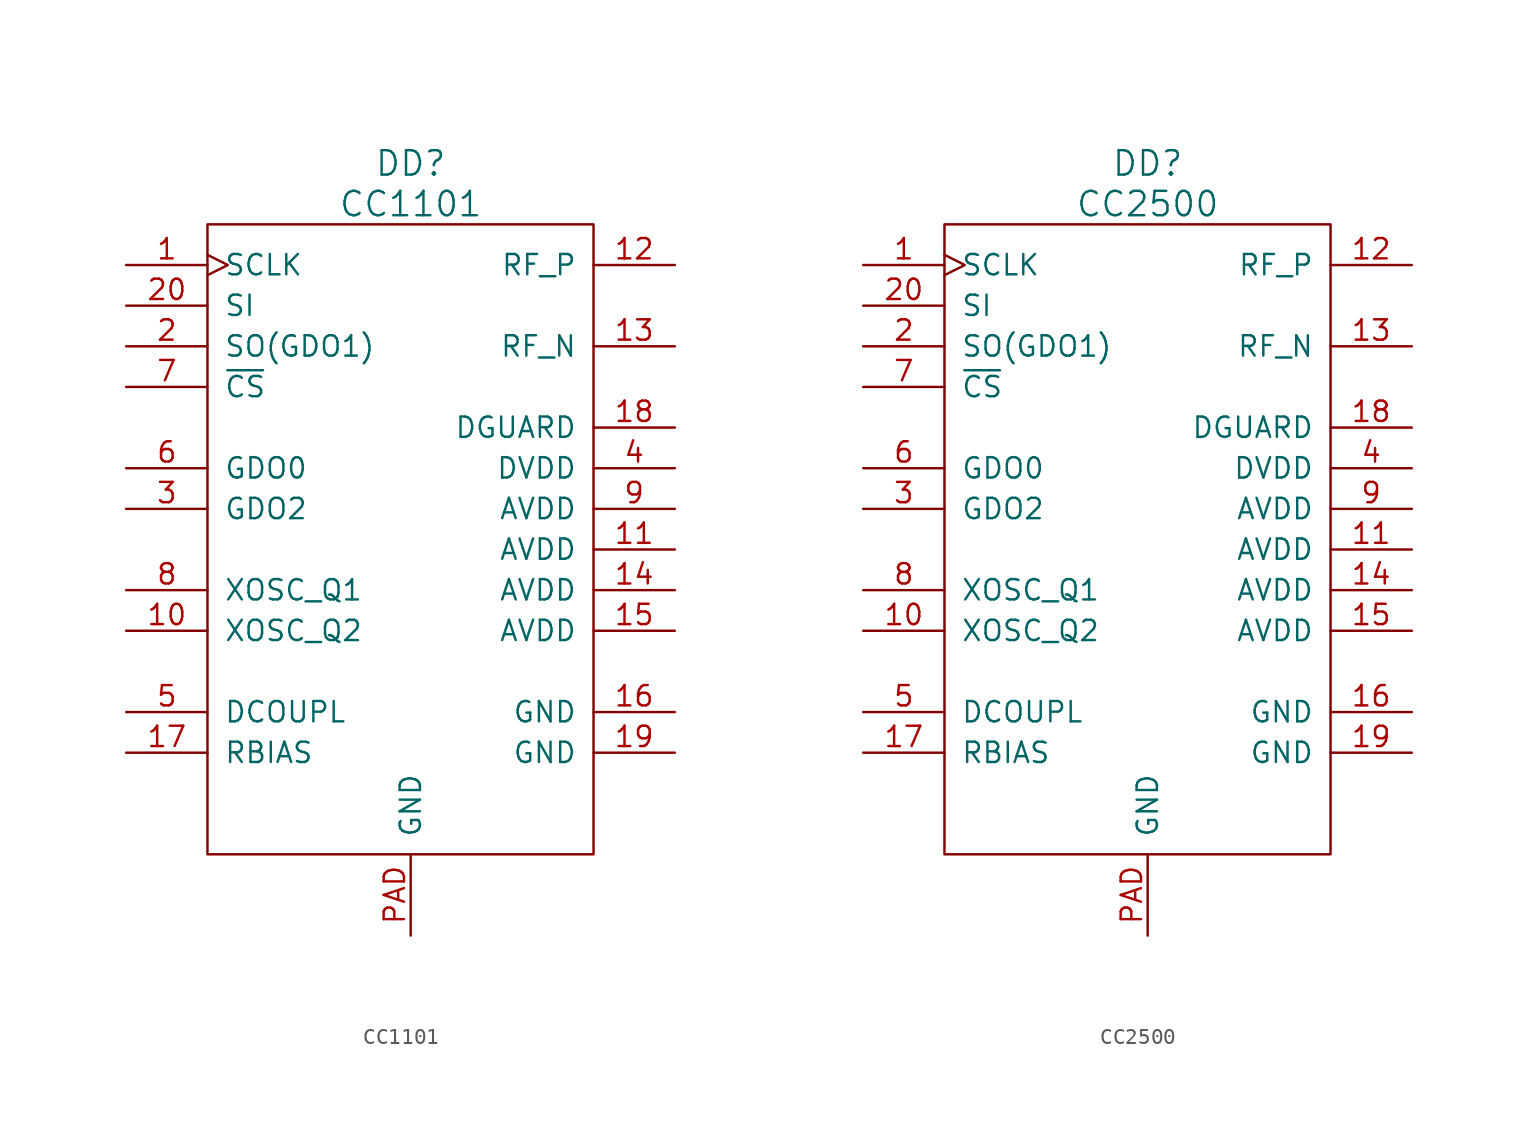
<source format=kicad_sym>
(kicad_symbol_lib
  (version 20220914)
  (generator kicad_symbol_editor)
  (symbol "CC1101"
    (pin_names
      (offset 1.016))
    (property "Reference" "DD"
      (at 0 22.86 0)
      (effects (font (size 1.524 1.524))))
    (property "Value" "CC1101"
      (at 0 20.32 0)
      (effects (font (size 1.524 1.524))))
    (property "Datasheet" ""
      (at 1.27 0 0)
      (effects (font (size 1.524 1.524))))
    (symbol "CC1101_0_1"
      (rectangle (start -12.7 19.05) (end 11.43 -20.32) (stroke (width 0) (type solid)) (fill (type none))))
    (symbol "CC1101_1_1"
      (pin passive clock (at -17.78 16.51 0) (length 5.08) (name "SCLK" (effects (font (size 1.27 1.27)))) (number "1" (effects (font (size 1.27 1.27)))))
      (pin passive line (at -17.78 -6.35 0) (length 5.08) (name "XOSC_Q2" (effects (font (size 1.27 1.27)))) (number "10" (effects (font (size 1.27 1.27)))))
      (pin power_in line (at 16.51 -1.27 180) (length 5.08) (name "AVDD" (effects (font (size 1.27 1.27)))) (number "11" (effects (font (size 1.27 1.27)))))
      (pin output line (at 16.51 16.51 180) (length 5.08) (name "RF_P" (effects (font (size 1.27 1.27)))) (number "12" (effects (font (size 1.27 1.27)))))
      (pin output line (at 16.51 11.43 180) (length 5.08) (name "RF_N" (effects (font (size 1.27 1.27)))) (number "13" (effects (font (size 1.27 1.27)))))
      (pin power_in line (at 16.51 -3.81 180) (length 5.08) (name "AVDD" (effects (font (size 1.27 1.27)))) (number "14" (effects (font (size 1.27 1.27)))))
      (pin power_in line (at 16.51 -6.35 180) (length 5.08) (name "AVDD" (effects (font (size 1.27 1.27)))) (number "15" (effects (font (size 1.27 1.27)))))
      (pin power_in line (at 16.51 -11.43 180) (length 5.08) (name "GND" (effects (font (size 1.27 1.27)))) (number "16" (effects (font (size 1.27 1.27)))))
      (pin passive line (at -17.78 -13.97 0) (length 5.08) (name "RBIAS" (effects (font (size 1.27 1.27)))) (number "17" (effects (font (size 1.27 1.27)))))
      (pin passive line (at 16.51 6.35 180) (length 5.08) (name "DGUARD" (effects (font (size 1.27 1.27)))) (number "18" (effects (font (size 1.27 1.27)))))
      (pin power_in line (at 16.51 -13.97 180) (length 5.08) (name "GND" (effects (font (size 1.27 1.27)))) (number "19" (effects (font (size 1.27 1.27)))))
      (pin passive line (at -17.78 11.43 0) (length 5.08) (name "SO(GDO1)" (effects (font (size 1.27 1.27)))) (number "2" (effects (font (size 1.27 1.27)))))
      (pin passive line (at -17.78 13.97 0) (length 5.08) (name "SI" (effects (font (size 1.27 1.27)))) (number "20" (effects (font (size 1.27 1.27)))))
      (pin passive line (at -17.78 1.27 0) (length 5.08) (name "GDO2" (effects (font (size 1.27 1.27)))) (number "3" (effects (font (size 1.27 1.27)))))
      (pin power_in line (at 16.51 3.81 180) (length 5.08) (name "DVDD" (effects (font (size 1.27 1.27)))) (number "4" (effects (font (size 1.27 1.27)))))
      (pin passive line (at -17.78 -11.43 0) (length 5.08) (name "DCOUPL" (effects (font (size 1.27 1.27)))) (number "5" (effects (font (size 1.27 1.27)))))
      (pin passive line (at -17.78 3.81 0) (length 5.08) (name "GDO0" (effects (font (size 1.27 1.27)))) (number "6" (effects (font (size 1.27 1.27)))))
      (pin passive line (at -17.78 8.89 0) (length 5.08) (name "~{CS}" (effects (font (size 1.27 1.27)))) (number "7" (effects (font (size 1.27 1.27)))))
      (pin passive line (at -17.78 -3.81 0) (length 5.08) (name "XOSC_Q1" (effects (font (size 1.27 1.27)))) (number "8" (effects (font (size 1.27 1.27)))))
      (pin power_in line (at 16.51 1.27 180) (length 5.08) (name "AVDD" (effects (font (size 1.27 1.27)))) (number "9" (effects (font (size 1.27 1.27)))))
      (pin power_in line (at 0 -25.4 90) (length 5.08) (name "GND" (effects (font (size 1.27 1.27)))) (number "PAD" (effects (font (size 1.27 1.27)))))))
  (symbol "CC2500"
    (pin_names
      (offset 1.016))
    (property "Reference" "DD"
      (at 0 24.13 0)
      (effects (font (size 1.524 1.524))))
    (property "Value" "CC2500"
      (at 0 21.59 0)
      (effects (font (size 1.524 1.524))))
    (property "Datasheet" ""
      (at 0 0 0)
      (effects (font (size 1.524 1.524))))
    (symbol "CC2500_0_1"
      (rectangle (start -12.7 20.32) (end 11.43 -19.05) (stroke (width 0) (type solid)) (fill (type none))))
    (symbol "CC2500_1_1"
      (pin input clock (at -17.78 17.78 0) (length 5.08) (name "SCLK" (effects (font (size 1.27 1.27)))) (number "1" (effects (font (size 1.27 1.27)))))
      (pin passive line (at -17.78 -5.08 0) (length 5.08) (name "XOSC_Q2" (effects (font (size 1.27 1.27)))) (number "10" (effects (font (size 1.27 1.27)))))
      (pin power_in line (at 16.51 0 180) (length 5.08) (name "AVDD" (effects (font (size 1.27 1.27)))) (number "11" (effects (font (size 1.27 1.27)))))
      (pin passive line (at 16.51 17.78 180) (length 5.08) (name "RF_P" (effects (font (size 1.27 1.27)))) (number "12" (effects (font (size 1.27 1.27)))))
      (pin passive line (at 16.51 12.7 180) (length 5.08) (name "RF_N" (effects (font (size 1.27 1.27)))) (number "13" (effects (font (size 1.27 1.27)))))
      (pin power_in line (at 16.51 -2.54 180) (length 5.08) (name "AVDD" (effects (font (size 1.27 1.27)))) (number "14" (effects (font (size 1.27 1.27)))))
      (pin power_in line (at 16.51 -5.08 180) (length 5.08) (name "AVDD" (effects (font (size 1.27 1.27)))) (number "15" (effects (font (size 1.27 1.27)))))
      (pin power_in line (at 16.51 -10.16 180) (length 5.08) (name "GND" (effects (font (size 1.27 1.27)))) (number "16" (effects (font (size 1.27 1.27)))))
      (pin passive line (at -17.78 -12.7 0) (length 5.08) (name "RBIAS" (effects (font (size 1.27 1.27)))) (number "17" (effects (font (size 1.27 1.27)))))
      (pin passive line (at 16.51 7.62 180) (length 5.08) (name "DGUARD" (effects (font (size 1.27 1.27)))) (number "18" (effects (font (size 1.27 1.27)))))
      (pin power_in line (at 16.51 -12.7 180) (length 5.08) (name "GND" (effects (font (size 1.27 1.27)))) (number "19" (effects (font (size 1.27 1.27)))))
      (pin output line (at -17.78 12.7 0) (length 5.08) (name "SO(GDO1)" (effects (font (size 1.27 1.27)))) (number "2" (effects (font (size 1.27 1.27)))))
      (pin input line (at -17.78 15.24 0) (length 5.08) (name "SI" (effects (font (size 1.27 1.27)))) (number "20" (effects (font (size 1.27 1.27)))))
      (pin bidirectional line (at -17.78 2.54 0) (length 5.08) (name "GDO2" (effects (font (size 1.27 1.27)))) (number "3" (effects (font (size 1.27 1.27)))))
      (pin power_in line (at 16.51 5.08 180) (length 5.08) (name "DVDD" (effects (font (size 1.27 1.27)))) (number "4" (effects (font (size 1.27 1.27)))))
      (pin passive line (at -17.78 -10.16 0) (length 5.08) (name "DCOUPL" (effects (font (size 1.27 1.27)))) (number "5" (effects (font (size 1.27 1.27)))))
      (pin bidirectional line (at -17.78 5.08 0) (length 5.08) (name "GDO0" (effects (font (size 1.27 1.27)))) (number "6" (effects (font (size 1.27 1.27)))))
      (pin input line (at -17.78 10.16 0) (length 5.08) (name "~{CS}" (effects (font (size 1.27 1.27)))) (number "7" (effects (font (size 1.27 1.27)))))
      (pin passive line (at -17.78 -2.54 0) (length 5.08) (name "XOSC_Q1" (effects (font (size 1.27 1.27)))) (number "8" (effects (font (size 1.27 1.27)))))
      (pin power_in line (at 16.51 2.54 180) (length 5.08) (name "AVDD" (effects (font (size 1.27 1.27)))) (number "9" (effects (font (size 1.27 1.27)))))
      (pin power_in line (at 0 -24.13 90) (length 5.08) (name "GND" (effects (font (size 1.27 1.27)))) (number "PAD" (effects (font (size 1.27 1.27))))))))
</source>
